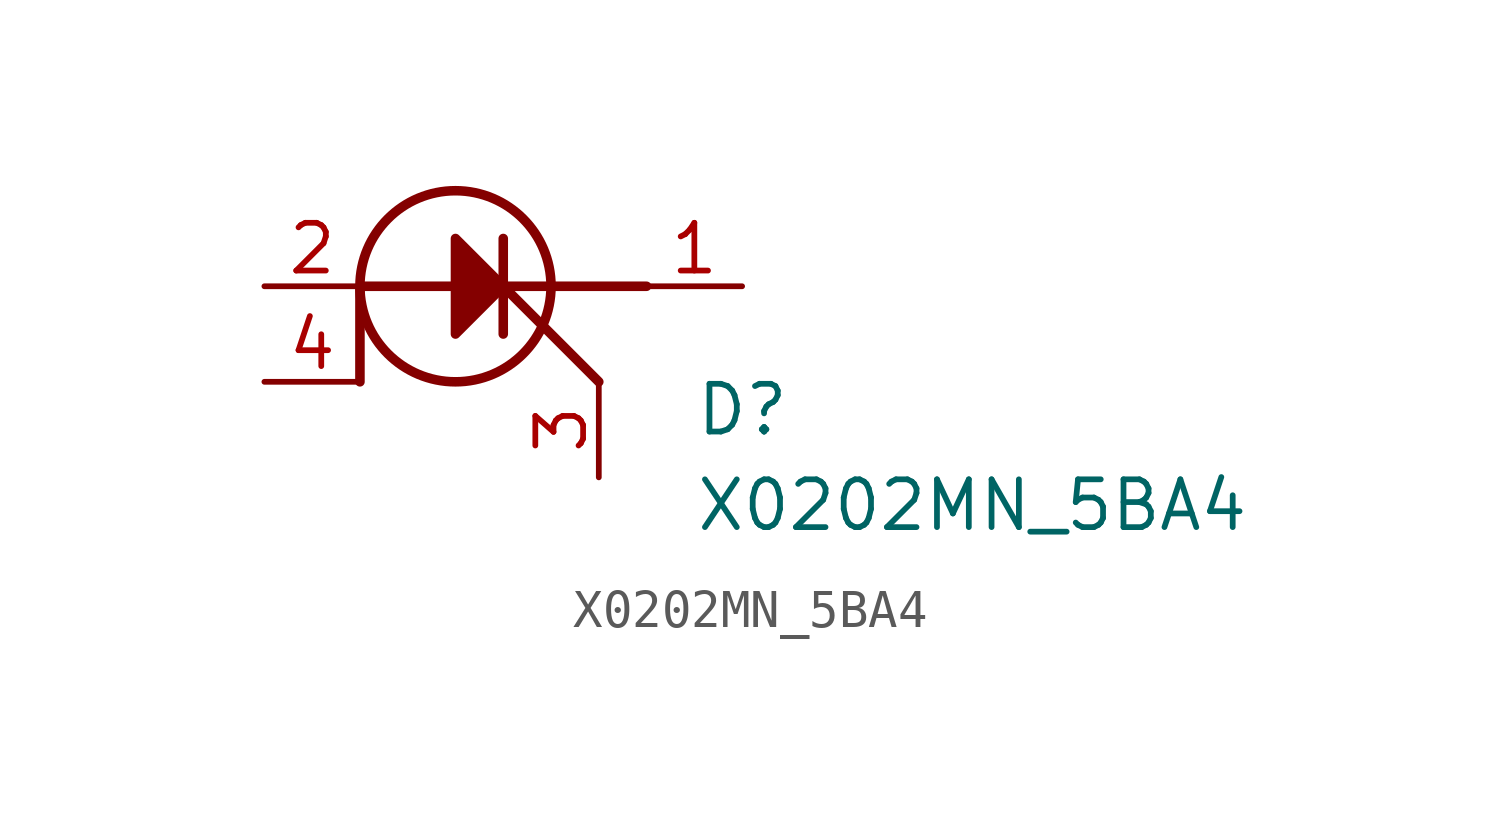
<source format=kicad_sym>
(kicad_symbol_lib
  (version 20241209)
  (generator "kicad_symbol_editor")
  (generator_version "9.0")
  (symbol "X0202MN_5BA4"
    (pin_names
      (hide yes))
    (property "Reference" "D"
      (at 13.97 -2.54 0)
      (effects (font (size 1.27 1.27)) (justify left top)))
    (property "Value" "X0202MN_5BA4"
      (at 13.97 -5.08 0)
      (effects (font (size 1.27 1.27)) (justify left top)))
    (symbol "X0202MN_5BA4_1_1"
      (polyline (pts (xy 5.08 0) (xy 5.08 -2.54)) (stroke (width 0.254) (type default)) (fill (type none)))
      (polyline (pts (xy 5.08 0) (xy 7.62 0)) (stroke (width 0.254) (type default)) (fill (type none)))
      (circle (center 7.62 0) (radius 2.54) (stroke (width 0.254) (type default)) (fill (type none)))
      (polyline (pts (xy 8.89 0) (xy 11.43 -2.54)) (stroke (width 0.254) (type default)) (fill (type none)))
      (polyline (pts (xy 8.89 0) (xy 12.7 0)) (stroke (width 0.254) (type default)) (fill (type none)))
      (polyline (pts (xy 8.89 0) (xy 7.62 1.27) (xy 7.62 -1.27) (xy 8.89 0)) (stroke (width 0.254) (type default)) (fill (type outline)))
      (polyline (pts (xy 8.89 -1.27) (xy 8.89 1.27)) (stroke (width 0.254) (type default)) (fill (type none)))
      (pin passive line (at 2.54 0 0) (length 2.54) (name "A_1" (effects (font (size 1.27 1.27)))) (number "2" (effects (font (size 1.27 1.27)))))
      (pin passive line (at 2.54 -2.54 0) (length 2.54) (name "A_2" (effects (font (size 1.27 1.27)))) (number "4" (effects (font (size 1.27 1.27)))))
      (pin passive line (at 11.43 -5.08 90) (length 2.54) (name "G" (effects (font (size 1.27 1.27)))) (number "3" (effects (font (size 1.27 1.27)))))
      (pin passive line (at 15.24 0 180) (length 2.54) (name "K" (effects (font (size 1.27 1.27)))) (number "1" (effects (font (size 1.27 1.27))))))))
</source>
